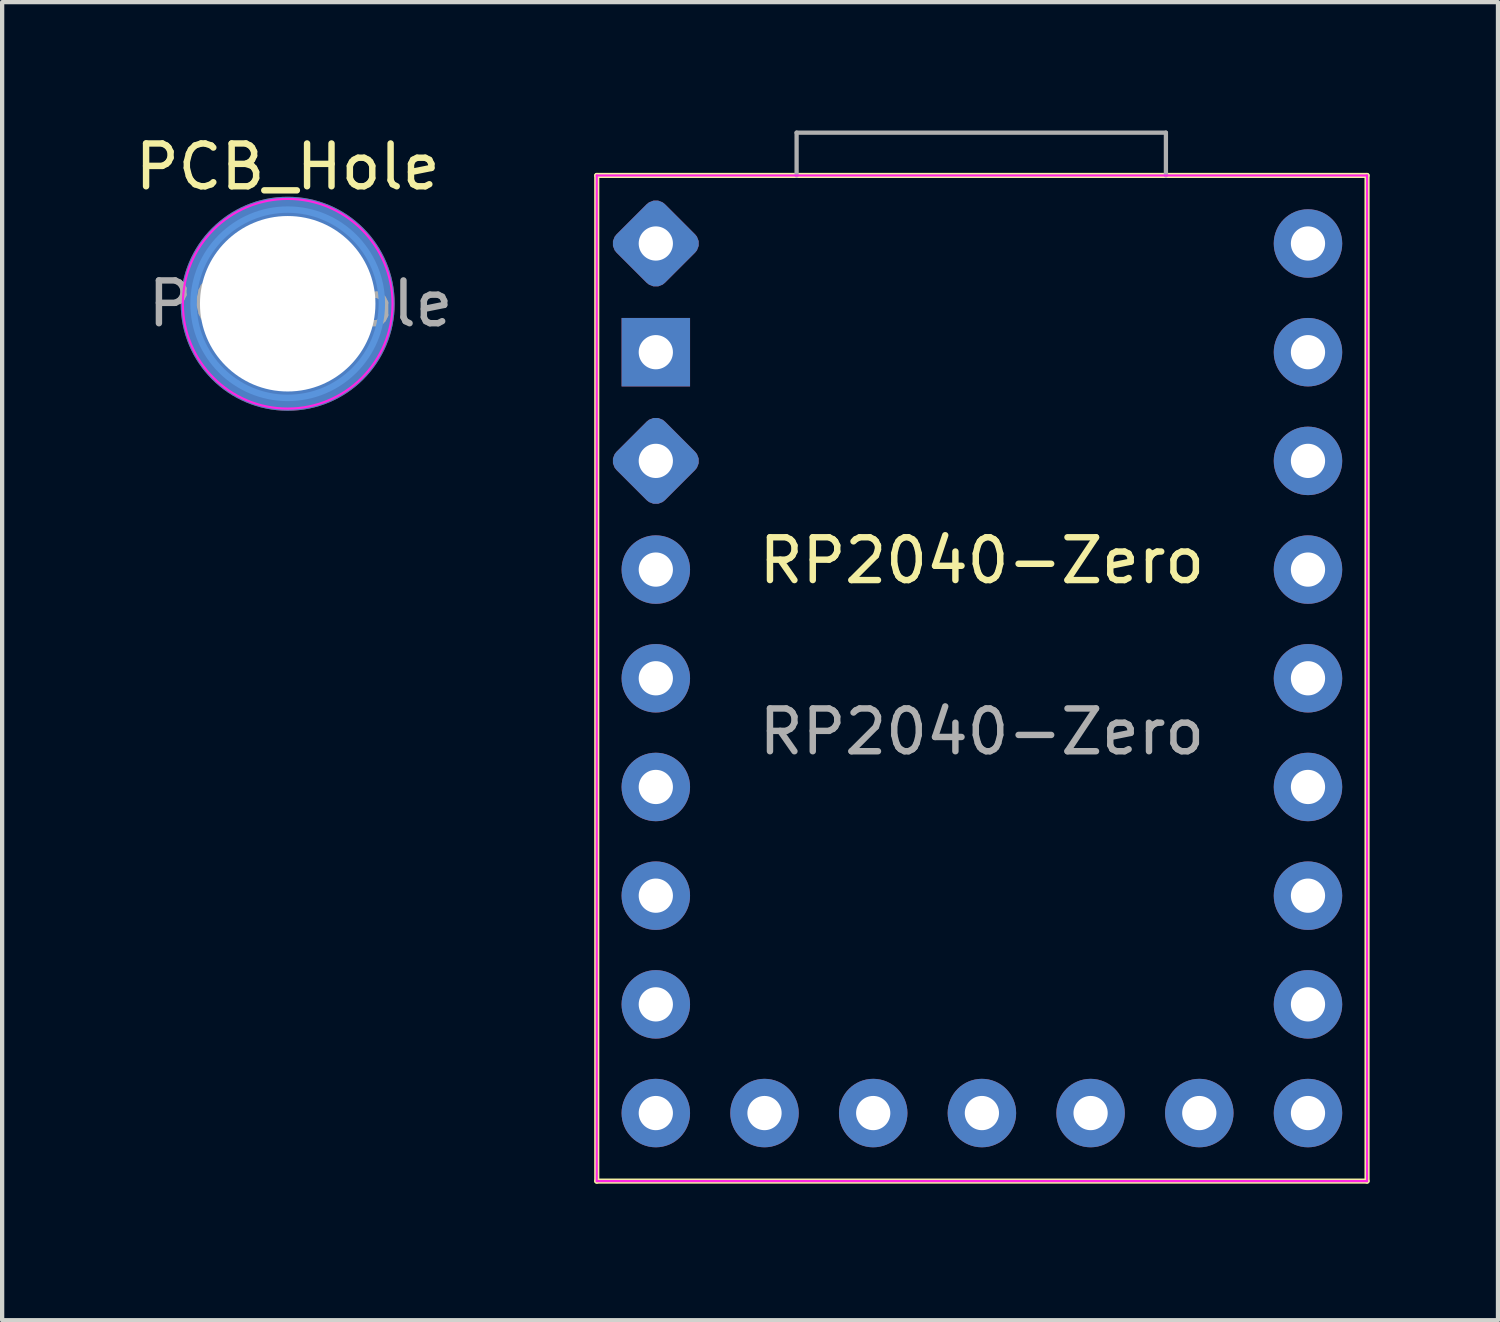
<source format=kicad_pcb>
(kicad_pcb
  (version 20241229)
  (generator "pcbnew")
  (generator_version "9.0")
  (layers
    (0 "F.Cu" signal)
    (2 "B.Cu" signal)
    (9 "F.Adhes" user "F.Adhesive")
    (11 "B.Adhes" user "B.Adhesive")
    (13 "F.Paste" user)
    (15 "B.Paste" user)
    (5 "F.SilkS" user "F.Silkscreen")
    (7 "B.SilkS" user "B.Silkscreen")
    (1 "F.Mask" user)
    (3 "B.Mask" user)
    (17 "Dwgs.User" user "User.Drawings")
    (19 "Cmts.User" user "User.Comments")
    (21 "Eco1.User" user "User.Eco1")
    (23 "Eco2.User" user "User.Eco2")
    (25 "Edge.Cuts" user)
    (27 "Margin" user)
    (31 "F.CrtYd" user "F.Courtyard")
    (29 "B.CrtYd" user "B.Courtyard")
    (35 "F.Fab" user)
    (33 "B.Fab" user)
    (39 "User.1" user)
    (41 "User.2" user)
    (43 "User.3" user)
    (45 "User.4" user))
  (footprint "PCB_Hole"
    (layer "F.Cu")
    (at 3.673 4.048)
    (property "Reference" "PCB_Hole" (at 0 -3.2 0) (layer "F.SilkS") (effects (font (size 1 1) (thickness 0.15))))
    (attr exclude_from_pos_files exclude_from_bom)
    (fp_circle (center 0 0) (end 2.2 0) (stroke (width 0.15) (type solid)) (fill no) (layer "Cmts.User"))
    (fp_circle (center 0 0) (end 2.45 0) (stroke (width 0.05) (type solid)) (fill no) (layer "F.CrtYd"))
    (fp_text user "${REFERENCE}" (at 0.3 0 0) (layer "F.Fab") (effects (font (size 1 1) (thickness 0.15))))
    (pad "" thru_hole circle (at 0 0) (size 5 5) (drill 4.1) (layers "*.Cu" "*.Mask")))
  (footprint "RP2040-Zero"
    (layer "F.Cu")
    (at 10.895 24.55)
    (property "Reference" "RP2040-Zero" (at 9 -14.5 0) (unlocked yes) (layer "F.SilkS") (effects (font (size 1 1) (thickness 0.15))))
    (attr through_hole)
    (fp_line (start 0 -23.5) (end 0 0) (stroke (width 0.12) (type solid)) (layer "F.SilkS"))
    (fp_line (start 0 0) (end 18 0) (stroke (width 0.12) (type solid)) (layer "F.SilkS"))
    (fp_line (start 18 -23.5) (end 0 -23.5) (stroke (width 0.12) (type solid)) (layer "F.SilkS"))
    (fp_line (start 18 0) (end 18 -23.5) (stroke (width 0.12) (type solid)) (layer "F.SilkS"))
    (fp_line (start 0 -23.5) (end 18 -23.5) (stroke (width 0.05) (type solid)) (layer "F.CrtYd"))
    (fp_line (start 0 0) (end 0 -23.5) (stroke (width 0.05) (type solid)) (layer "F.CrtYd"))
    (fp_line (start 18 -23.5) (end 18 0) (stroke (width 0.05) (type solid)) (layer "F.CrtYd"))
    (fp_line (start 18 0) (end 0 0) (stroke (width 0.05) (type solid)) (layer "F.CrtYd"))
    (fp_line (start 4.67 -24.5) (end 4.67 -23.5) (stroke (width 0.1) (type solid)) (layer "F.Fab"))
    (fp_line (start 4.67 -24.5) (end 13.3 -24.5) (stroke (width 0.1) (type solid)) (layer "F.Fab"))
    (fp_line (start 13.3 -24.5) (end 13.3 -23.5) (stroke (width 0.1) (type solid)) (layer "F.Fab"))
    (fp_text user "${REFERENCE}" (at 9 -10.5 0) (unlocked yes) (layer "F.Fab") (effects (font (size 1 1) (thickness 0.15))))
    (pad "0" thru_hole circle (at 16.62 -21.91) (size 1.6 1.6) (drill 0.8) (layers "*.Cu" "*.Mask"))
    (pad "1" thru_hole circle (at 16.62 -19.37) (size 1.6 1.6) (drill 0.8) (layers "*.Cu" "*.Mask"))
    (pad "2" thru_hole circle (at 16.62 -16.83) (size 1.6 1.6) (drill 0.8) (layers "*.Cu" "*.Mask"))
    (pad "3" thru_hole circle (at 16.62 -14.29) (size 1.6 1.6) (drill 0.8) (layers "*.Cu" "*.Mask"))
    (pad "4" thru_hole circle (at 16.62 -11.75) (size 1.6 1.6) (drill 0.8) (layers "*.Cu" "*.Mask"))
    (pad "5" thru_hole circle (at 16.62 -9.21) (size 1.6 1.6) (drill 0.8) (layers "*.Cu" "*.Mask"))
    (pad "6" thru_hole circle (at 16.62 -6.67) (size 1.6 1.6) (drill 0.8) (layers "*.Cu" "*.Mask"))
    (pad "7" thru_hole circle (at 16.62 -4.13) (size 1.6 1.6) (drill 0.8) (layers "*.Cu" "*.Mask"))
    (pad "8" thru_hole circle (at 16.62 -1.59) (size 1.6 1.6) (drill 0.8) (layers "*.Cu" "*.Mask"))
    (pad "9" thru_hole circle (at 14.08 -1.59) (size 1.6 1.6) (drill 0.8) (layers "*.Cu" "*.Mask"))
    (pad "10" thru_hole circle (at 11.54 -1.59) (size 1.6 1.6) (drill 0.8) (layers "*.Cu" "*.Mask"))
    (pad "11" thru_hole circle (at 9 -1.59) (size 1.6 1.6) (drill 0.8) (layers "*.Cu" "*.Mask"))
    (pad "12" thru_hole circle (at 6.46 -1.59) (size 1.6 1.6) (drill 0.8) (layers "*.Cu" "*.Mask"))
    (pad "13" thru_hole circle (at 3.92 -1.59) (size 1.6 1.6) (drill 0.8) (layers "*.Cu" "*.Mask"))
    (pad "14" thru_hole circle (at 1.38 -1.59) (size 1.6 1.6) (drill 0.8) (layers "*.Cu" "*.Mask"))
    (pad "15" thru_hole circle (at 1.38 -4.13) (size 1.6 1.6) (drill 0.8) (layers "*.Cu" "*.Mask"))
    (pad "26" thru_hole circle (at 1.38 -6.67) (size 1.6 1.6) (drill 0.8) (layers "*.Cu" "*.Mask"))
    (pad "27" thru_hole circle (at 1.38 -9.21) (size 1.6 1.6) (drill 0.8) (layers "*.Cu" "*.Mask"))
    (pad "28" thru_hole circle (at 1.38 -11.75) (size 1.6 1.6) (drill 0.8) (layers "*.Cu" "*.Mask"))
    (pad "29" thru_hole circle (at 1.38 -14.29) (size 1.6 1.6) (drill 0.8) (layers "*.Cu" "*.Mask"))
    (pad "G1" thru_hole rect (at 1.38 -19.37) (size 1.6 1.6) (drill 0.8) (layers "*.Cu" "*.Mask"))
    (pad "v3" thru_hole roundrect (at 1.38 -16.83 45) (size 1.6 1.6) (drill 0.8) (layers "*.Cu" "*.Mask") (roundrect_rratio 0.188))
    (pad "v5" thru_hole roundrect (at 1.38 -21.91 45) (size 1.6 1.6) (drill 0.8) (layers "*.Cu" "*.Mask") (roundrect_rratio 0.188)))
  (gr_rect
    (start -3 -3)
    (end 31.955 27.8)
    (stroke (width 0.1) (type default))
    (fill no)
    (layer "Edge.Cuts")))
</source>
